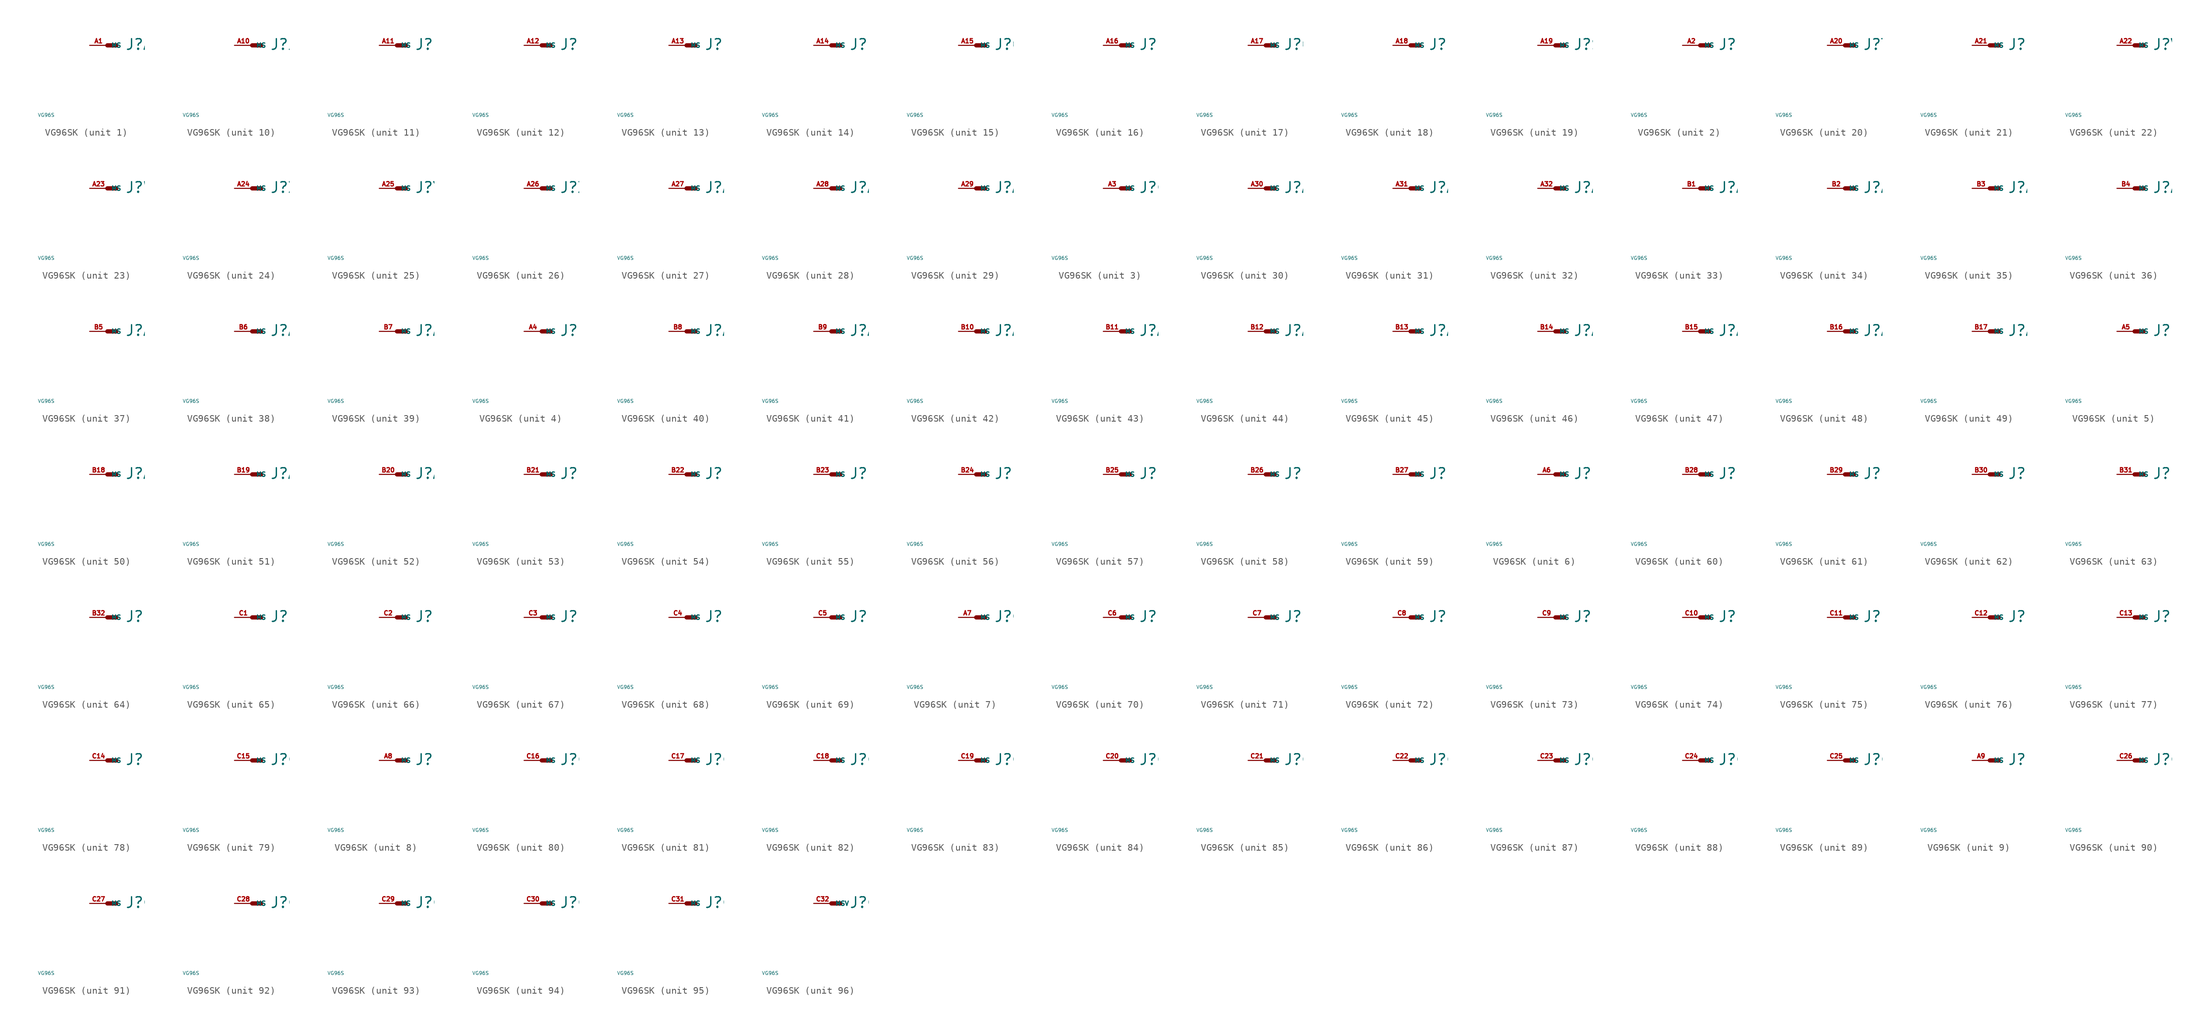
<source format=kicad_sym>
(kicad_symbol_lib
  (version 20220914)
  (generator Eagle2Kicad)
  (symbol "VG96SK"
    (property "Reference" "J"
      (at 2.54 -0.762 0)
      (effects (font (size 1.524 1.524) (thickness 0.19)) (justify left bottom)))
    (property "Value" "VG96S"
      (at -10 -10 0)
      (effects (font (size 0.5 0.5) (thickness 0.06)) (justify left)))
    (symbol "VG96SK_1_0"
      (polyline (pts (xy 0 0) (xy 1.27 0)) (stroke (width 0.61) (type default)) (fill (type none)))
      (pin passive line (at -2.54 0 0) (length 2.54) (name "MS" (effects (font (size 0.635 0.635) (thickness 0.08)) (justify left bottom))) (number "A1" (effects (font (size 0.635 0.635) (thickness 0.08)) (justify left bottom)))))
    (symbol "VG96SK_2_0"
      (polyline (pts (xy 0 0) (xy 1.27 0)) (stroke (width 0.61) (type default)) (fill (type none)))
      (pin passive line (at -2.54 0 0) (length 2.54) (name "MS" (effects (font (size 0.635 0.635) (thickness 0.08)) (justify left bottom))) (number "A2" (effects (font (size 0.635 0.635) (thickness 0.08)) (justify left bottom)))))
    (symbol "VG96SK_3_0"
      (polyline (pts (xy 0 0) (xy 1.27 0)) (stroke (width 0.61) (type default)) (fill (type none)))
      (pin passive line (at -2.54 0 0) (length 2.54) (name "MS" (effects (font (size 0.635 0.635) (thickness 0.08)) (justify left bottom))) (number "A3" (effects (font (size 0.635 0.635) (thickness 0.08)) (justify left bottom)))))
    (symbol "VG96SK_4_0"
      (polyline (pts (xy 0 0) (xy 1.27 0)) (stroke (width 0.61) (type default)) (fill (type none)))
      (pin passive line (at -2.54 0 0) (length 2.54) (name "MS" (effects (font (size 0.635 0.635) (thickness 0.08)) (justify left bottom))) (number "A4" (effects (font (size 0.635 0.635) (thickness 0.08)) (justify left bottom)))))
    (symbol "VG96SK_5_0"
      (polyline (pts (xy 0 0) (xy 1.27 0)) (stroke (width 0.61) (type default)) (fill (type none)))
      (pin passive line (at -2.54 0 0) (length 2.54) (name "MS" (effects (font (size 0.635 0.635) (thickness 0.08)) (justify left bottom))) (number "A5" (effects (font (size 0.635 0.635) (thickness 0.08)) (justify left bottom)))))
    (symbol "VG96SK_6_0"
      (polyline (pts (xy 0 0) (xy 1.27 0)) (stroke (width 0.61) (type default)) (fill (type none)))
      (pin passive line (at -2.54 0 0) (length 2.54) (name "MS" (effects (font (size 0.635 0.635) (thickness 0.08)) (justify left bottom))) (number "A6" (effects (font (size 0.635 0.635) (thickness 0.08)) (justify left bottom)))))
    (symbol "VG96SK_7_0"
      (polyline (pts (xy 0 0) (xy 1.27 0)) (stroke (width 0.61) (type default)) (fill (type none)))
      (pin passive line (at -2.54 0 0) (length 2.54) (name "MS" (effects (font (size 0.635 0.635) (thickness 0.08)) (justify left bottom))) (number "A7" (effects (font (size 0.635 0.635) (thickness 0.08)) (justify left bottom)))))
    (symbol "VG96SK_8_0"
      (polyline (pts (xy 0 0) (xy 1.27 0)) (stroke (width 0.61) (type default)) (fill (type none)))
      (pin passive line (at -2.54 0 0) (length 2.54) (name "MS" (effects (font (size 0.635 0.635) (thickness 0.08)) (justify left bottom))) (number "A8" (effects (font (size 0.635 0.635) (thickness 0.08)) (justify left bottom)))))
    (symbol "VG96SK_9_0"
      (polyline (pts (xy 0 0) (xy 1.27 0)) (stroke (width 0.61) (type default)) (fill (type none)))
      (pin passive line (at -2.54 0 0) (length 2.54) (name "MS" (effects (font (size 0.635 0.635) (thickness 0.08)) (justify left bottom))) (number "A9" (effects (font (size 0.635 0.635) (thickness 0.08)) (justify left bottom)))))
    (symbol "VG96SK_10_0"
      (polyline (pts (xy 0 0) (xy 1.27 0)) (stroke (width 0.61) (type default)) (fill (type none)))
      (pin passive line (at -2.54 0 0) (length 2.54) (name "MS" (effects (font (size 0.635 0.635) (thickness 0.08)) (justify left bottom))) (number "A10" (effects (font (size 0.635 0.635) (thickness 0.08)) (justify left bottom)))))
    (symbol "VG96SK_11_0"
      (polyline (pts (xy 0 0) (xy 1.27 0)) (stroke (width 0.61) (type default)) (fill (type none)))
      (pin passive line (at -2.54 0 0) (length 2.54) (name "MS" (effects (font (size 0.635 0.635) (thickness 0.08)) (justify left bottom))) (number "A11" (effects (font (size 0.635 0.635) (thickness 0.08)) (justify left bottom)))))
    (symbol "VG96SK_12_0"
      (polyline (pts (xy 0 0) (xy 1.27 0)) (stroke (width 0.61) (type default)) (fill (type none)))
      (pin passive line (at -2.54 0 0) (length 2.54) (name "MS" (effects (font (size 0.635 0.635) (thickness 0.08)) (justify left bottom))) (number "A12" (effects (font (size 0.635 0.635) (thickness 0.08)) (justify left bottom)))))
    (symbol "VG96SK_13_0"
      (polyline (pts (xy 0 0) (xy 1.27 0)) (stroke (width 0.61) (type default)) (fill (type none)))
      (pin passive line (at -2.54 0 0) (length 2.54) (name "MS" (effects (font (size 0.635 0.635) (thickness 0.08)) (justify left bottom))) (number "A13" (effects (font (size 0.635 0.635) (thickness 0.08)) (justify left bottom)))))
    (symbol "VG96SK_14_0"
      (polyline (pts (xy 0 0) (xy 1.27 0)) (stroke (width 0.61) (type default)) (fill (type none)))
      (pin passive line (at -2.54 0 0) (length 2.54) (name "MS" (effects (font (size 0.635 0.635) (thickness 0.08)) (justify left bottom))) (number "A14" (effects (font (size 0.635 0.635) (thickness 0.08)) (justify left bottom)))))
    (symbol "VG96SK_15_0"
      (polyline (pts (xy 0 0) (xy 1.27 0)) (stroke (width 0.61) (type default)) (fill (type none)))
      (pin passive line (at -2.54 0 0) (length 2.54) (name "MS" (effects (font (size 0.635 0.635) (thickness 0.08)) (justify left bottom))) (number "A15" (effects (font (size 0.635 0.635) (thickness 0.08)) (justify left bottom)))))
    (symbol "VG96SK_16_0"
      (polyline (pts (xy 0 0) (xy 1.27 0)) (stroke (width 0.61) (type default)) (fill (type none)))
      (pin passive line (at -2.54 0 0) (length 2.54) (name "MS" (effects (font (size 0.635 0.635) (thickness 0.08)) (justify left bottom))) (number "A16" (effects (font (size 0.635 0.635) (thickness 0.08)) (justify left bottom)))))
    (symbol "VG96SK_17_0"
      (polyline (pts (xy 0 0) (xy 1.27 0)) (stroke (width 0.61) (type default)) (fill (type none)))
      (pin passive line (at -2.54 0 0) (length 2.54) (name "MS" (effects (font (size 0.635 0.635) (thickness 0.08)) (justify left bottom))) (number "A17" (effects (font (size 0.635 0.635) (thickness 0.08)) (justify left bottom)))))
    (symbol "VG96SK_18_0"
      (polyline (pts (xy 0 0) (xy 1.27 0)) (stroke (width 0.61) (type default)) (fill (type none)))
      (pin passive line (at -2.54 0 0) (length 2.54) (name "MS" (effects (font (size 0.635 0.635) (thickness 0.08)) (justify left bottom))) (number "A18" (effects (font (size 0.635 0.635) (thickness 0.08)) (justify left bottom)))))
    (symbol "VG96SK_19_0"
      (polyline (pts (xy 0 0) (xy 1.27 0)) (stroke (width 0.61) (type default)) (fill (type none)))
      (pin passive line (at -2.54 0 0) (length 2.54) (name "MS" (effects (font (size 0.635 0.635) (thickness 0.08)) (justify left bottom))) (number "A19" (effects (font (size 0.635 0.635) (thickness 0.08)) (justify left bottom)))))
    (symbol "VG96SK_20_0"
      (polyline (pts (xy 0 0) (xy 1.27 0)) (stroke (width 0.61) (type default)) (fill (type none)))
      (pin passive line (at -2.54 0 0) (length 2.54) (name "MS" (effects (font (size 0.635 0.635) (thickness 0.08)) (justify left bottom))) (number "A20" (effects (font (size 0.635 0.635) (thickness 0.08)) (justify left bottom)))))
    (symbol "VG96SK_21_0"
      (polyline (pts (xy 0 0) (xy 1.27 0)) (stroke (width 0.61) (type default)) (fill (type none)))
      (pin passive line (at -2.54 0 0) (length 2.54) (name "MS" (effects (font (size 0.635 0.635) (thickness 0.08)) (justify left bottom))) (number "A21" (effects (font (size 0.635 0.635) (thickness 0.08)) (justify left bottom)))))
    (symbol "VG96SK_22_0"
      (polyline (pts (xy 0 0) (xy 1.27 0)) (stroke (width 0.61) (type default)) (fill (type none)))
      (pin passive line (at -2.54 0 0) (length 2.54) (name "MS" (effects (font (size 0.635 0.635) (thickness 0.08)) (justify left bottom))) (number "A22" (effects (font (size 0.635 0.635) (thickness 0.08)) (justify left bottom)))))
    (symbol "VG96SK_23_0"
      (polyline (pts (xy 0 0) (xy 1.27 0)) (stroke (width 0.61) (type default)) (fill (type none)))
      (pin passive line (at -2.54 0 0) (length 2.54) (name "MS" (effects (font (size 0.635 0.635) (thickness 0.08)) (justify left bottom))) (number "A23" (effects (font (size 0.635 0.635) (thickness 0.08)) (justify left bottom)))))
    (symbol "VG96SK_24_0"
      (polyline (pts (xy 0 0) (xy 1.27 0)) (stroke (width 0.61) (type default)) (fill (type none)))
      (pin passive line (at -2.54 0 0) (length 2.54) (name "MS" (effects (font (size 0.635 0.635) (thickness 0.08)) (justify left bottom))) (number "A24" (effects (font (size 0.635 0.635) (thickness 0.08)) (justify left bottom)))))
    (symbol "VG96SK_25_0"
      (polyline (pts (xy 0 0) (xy 1.27 0)) (stroke (width 0.61) (type default)) (fill (type none)))
      (pin passive line (at -2.54 0 0) (length 2.54) (name "MS" (effects (font (size 0.635 0.635) (thickness 0.08)) (justify left bottom))) (number "A25" (effects (font (size 0.635 0.635) (thickness 0.08)) (justify left bottom)))))
    (symbol "VG96SK_26_0"
      (polyline (pts (xy 0 0) (xy 1.27 0)) (stroke (width 0.61) (type default)) (fill (type none)))
      (pin passive line (at -2.54 0 0) (length 2.54) (name "MS" (effects (font (size 0.635 0.635) (thickness 0.08)) (justify left bottom))) (number "A26" (effects (font (size 0.635 0.635) (thickness 0.08)) (justify left bottom)))))
    (symbol "VG96SK_27_0"
      (polyline (pts (xy 0 0) (xy 1.27 0)) (stroke (width 0.61) (type default)) (fill (type none)))
      (pin passive line (at -2.54 0 0) (length 2.54) (name "MS" (effects (font (size 0.635 0.635) (thickness 0.08)) (justify left bottom))) (number "A27" (effects (font (size 0.635 0.635) (thickness 0.08)) (justify left bottom)))))
    (symbol "VG96SK_28_0"
      (polyline (pts (xy 0 0) (xy 1.27 0)) (stroke (width 0.61) (type default)) (fill (type none)))
      (pin passive line (at -2.54 0 0) (length 2.54) (name "MS" (effects (font (size 0.635 0.635) (thickness 0.08)) (justify left bottom))) (number "A28" (effects (font (size 0.635 0.635) (thickness 0.08)) (justify left bottom)))))
    (symbol "VG96SK_29_0"
      (polyline (pts (xy 0 0) (xy 1.27 0)) (stroke (width 0.61) (type default)) (fill (type none)))
      (pin passive line (at -2.54 0 0) (length 2.54) (name "MS" (effects (font (size 0.635 0.635) (thickness 0.08)) (justify left bottom))) (number "A29" (effects (font (size 0.635 0.635) (thickness 0.08)) (justify left bottom)))))
    (symbol "VG96SK_30_0"
      (polyline (pts (xy 0 0) (xy 1.27 0)) (stroke (width 0.61) (type default)) (fill (type none)))
      (pin passive line (at -2.54 0 0) (length 2.54) (name "MS" (effects (font (size 0.635 0.635) (thickness 0.08)) (justify left bottom))) (number "A30" (effects (font (size 0.635 0.635) (thickness 0.08)) (justify left bottom)))))
    (symbol "VG96SK_31_0"
      (polyline (pts (xy 0 0) (xy 1.27 0)) (stroke (width 0.61) (type default)) (fill (type none)))
      (pin passive line (at -2.54 0 0) (length 2.54) (name "MS" (effects (font (size 0.635 0.635) (thickness 0.08)) (justify left bottom))) (number "A31" (effects (font (size 0.635 0.635) (thickness 0.08)) (justify left bottom)))))
    (symbol "VG96SK_32_0"
      (polyline (pts (xy 0 0) (xy 1.27 0)) (stroke (width 0.61) (type default)) (fill (type none)))
      (pin passive line (at -2.54 0 0) (length 2.54) (name "MS" (effects (font (size 0.635 0.635) (thickness 0.08)) (justify left bottom))) (number "A32" (effects (font (size 0.635 0.635) (thickness 0.08)) (justify left bottom)))))
    (symbol "VG96SK_33_0"
      (polyline (pts (xy 0 0) (xy 1.27 0)) (stroke (width 0.61) (type default)) (fill (type none)))
      (pin passive line (at -2.54 0 0) (length 2.54) (name "MS" (effects (font (size 0.635 0.635) (thickness 0.08)) (justify left bottom))) (number "B1" (effects (font (size 0.635 0.635) (thickness 0.08)) (justify left bottom)))))
    (symbol "VG96SK_34_0"
      (polyline (pts (xy 0 0) (xy 1.27 0)) (stroke (width 0.61) (type default)) (fill (type none)))
      (pin passive line (at -2.54 0 0) (length 2.54) (name "MS" (effects (font (size 0.635 0.635) (thickness 0.08)) (justify left bottom))) (number "B2" (effects (font (size 0.635 0.635) (thickness 0.08)) (justify left bottom)))))
    (symbol "VG96SK_35_0"
      (polyline (pts (xy 0 0) (xy 1.27 0)) (stroke (width 0.61) (type default)) (fill (type none)))
      (pin passive line (at -2.54 0 0) (length 2.54) (name "MS" (effects (font (size 0.635 0.635) (thickness 0.08)) (justify left bottom))) (number "B3" (effects (font (size 0.635 0.635) (thickness 0.08)) (justify left bottom)))))
    (symbol "VG96SK_36_0"
      (polyline (pts (xy 0 0) (xy 1.27 0)) (stroke (width 0.61) (type default)) (fill (type none)))
      (pin passive line (at -2.54 0 0) (length 2.54) (name "MS" (effects (font (size 0.635 0.635) (thickness 0.08)) (justify left bottom))) (number "B4" (effects (font (size 0.635 0.635) (thickness 0.08)) (justify left bottom)))))
    (symbol "VG96SK_37_0"
      (polyline (pts (xy 0 0) (xy 1.27 0)) (stroke (width 0.61) (type default)) (fill (type none)))
      (pin passive line (at -2.54 0 0) (length 2.54) (name "MS" (effects (font (size 0.635 0.635) (thickness 0.08)) (justify left bottom))) (number "B5" (effects (font (size 0.635 0.635) (thickness 0.08)) (justify left bottom)))))
    (symbol "VG96SK_38_0"
      (polyline (pts (xy 0 0) (xy 1.27 0)) (stroke (width 0.61) (type default)) (fill (type none)))
      (pin passive line (at -2.54 0 0) (length 2.54) (name "MS" (effects (font (size 0.635 0.635) (thickness 0.08)) (justify left bottom))) (number "B6" (effects (font (size 0.635 0.635) (thickness 0.08)) (justify left bottom)))))
    (symbol "VG96SK_39_0"
      (polyline (pts (xy 0 0) (xy 1.27 0)) (stroke (width 0.61) (type default)) (fill (type none)))
      (pin passive line (at -2.54 0 0) (length 2.54) (name "MS" (effects (font (size 0.635 0.635) (thickness 0.08)) (justify left bottom))) (number "B7" (effects (font (size 0.635 0.635) (thickness 0.08)) (justify left bottom)))))
    (symbol "VG96SK_40_0"
      (polyline (pts (xy 0 0) (xy 1.27 0)) (stroke (width 0.61) (type default)) (fill (type none)))
      (pin passive line (at -2.54 0 0) (length 2.54) (name "MS" (effects (font (size 0.635 0.635) (thickness 0.08)) (justify left bottom))) (number "B8" (effects (font (size 0.635 0.635) (thickness 0.08)) (justify left bottom)))))
    (symbol "VG96SK_41_0"
      (polyline (pts (xy 0 0) (xy 1.27 0)) (stroke (width 0.61) (type default)) (fill (type none)))
      (pin passive line (at -2.54 0 0) (length 2.54) (name "MS" (effects (font (size 0.635 0.635) (thickness 0.08)) (justify left bottom))) (number "B9" (effects (font (size 0.635 0.635) (thickness 0.08)) (justify left bottom)))))
    (symbol "VG96SK_42_0"
      (polyline (pts (xy 0 0) (xy 1.27 0)) (stroke (width 0.61) (type default)) (fill (type none)))
      (pin passive line (at -2.54 0 0) (length 2.54) (name "MS" (effects (font (size 0.635 0.635) (thickness 0.08)) (justify left bottom))) (number "B10" (effects (font (size 0.635 0.635) (thickness 0.08)) (justify left bottom)))))
    (symbol "VG96SK_43_0"
      (polyline (pts (xy 0 0) (xy 1.27 0)) (stroke (width 0.61) (type default)) (fill (type none)))
      (pin passive line (at -2.54 0 0) (length 2.54) (name "MS" (effects (font (size 0.635 0.635) (thickness 0.08)) (justify left bottom))) (number "B11" (effects (font (size 0.635 0.635) (thickness 0.08)) (justify left bottom)))))
    (symbol "VG96SK_44_0"
      (polyline (pts (xy 0 0) (xy 1.27 0)) (stroke (width 0.61) (type default)) (fill (type none)))
      (pin passive line (at -2.54 0 0) (length 2.54) (name "MS" (effects (font (size 0.635 0.635) (thickness 0.08)) (justify left bottom))) (number "B12" (effects (font (size 0.635 0.635) (thickness 0.08)) (justify left bottom)))))
    (symbol "VG96SK_45_0"
      (polyline (pts (xy 0 0) (xy 1.27 0)) (stroke (width 0.61) (type default)) (fill (type none)))
      (pin passive line (at -2.54 0 0) (length 2.54) (name "MS" (effects (font (size 0.635 0.635) (thickness 0.08)) (justify left bottom))) (number "B13" (effects (font (size 0.635 0.635) (thickness 0.08)) (justify left bottom)))))
    (symbol "VG96SK_46_0"
      (polyline (pts (xy 0 0) (xy 1.27 0)) (stroke (width 0.61) (type default)) (fill (type none)))
      (pin passive line (at -2.54 0 0) (length 2.54) (name "MS" (effects (font (size 0.635 0.635) (thickness 0.08)) (justify left bottom))) (number "B14" (effects (font (size 0.635 0.635) (thickness 0.08)) (justify left bottom)))))
    (symbol "VG96SK_47_0"
      (polyline (pts (xy 0 0) (xy 1.27 0)) (stroke (width 0.61) (type default)) (fill (type none)))
      (pin passive line (at -2.54 0 0) (length 2.54) (name "MS" (effects (font (size 0.635 0.635) (thickness 0.08)) (justify left bottom))) (number "B15" (effects (font (size 0.635 0.635) (thickness 0.08)) (justify left bottom)))))
    (symbol "VG96SK_48_0"
      (polyline (pts (xy 0 0) (xy 1.27 0)) (stroke (width 0.61) (type default)) (fill (type none)))
      (pin passive line (at -2.54 0 0) (length 2.54) (name "MS" (effects (font (size 0.635 0.635) (thickness 0.08)) (justify left bottom))) (number "B16" (effects (font (size 0.635 0.635) (thickness 0.08)) (justify left bottom)))))
    (symbol "VG96SK_49_0"
      (polyline (pts (xy 0 0) (xy 1.27 0)) (stroke (width 0.61) (type default)) (fill (type none)))
      (pin passive line (at -2.54 0 0) (length 2.54) (name "MS" (effects (font (size 0.635 0.635) (thickness 0.08)) (justify left bottom))) (number "B17" (effects (font (size 0.635 0.635) (thickness 0.08)) (justify left bottom)))))
    (symbol "VG96SK_50_0"
      (polyline (pts (xy 0 0) (xy 1.27 0)) (stroke (width 0.61) (type default)) (fill (type none)))
      (pin passive line (at -2.54 0 0) (length 2.54) (name "MS" (effects (font (size 0.635 0.635) (thickness 0.08)) (justify left bottom))) (number "B18" (effects (font (size 0.635 0.635) (thickness 0.08)) (justify left bottom)))))
    (symbol "VG96SK_51_0"
      (polyline (pts (xy 0 0) (xy 1.27 0)) (stroke (width 0.61) (type default)) (fill (type none)))
      (pin passive line (at -2.54 0 0) (length 2.54) (name "MS" (effects (font (size 0.635 0.635) (thickness 0.08)) (justify left bottom))) (number "B19" (effects (font (size 0.635 0.635) (thickness 0.08)) (justify left bottom)))))
    (symbol "VG96SK_52_0"
      (polyline (pts (xy 0 0) (xy 1.27 0)) (stroke (width 0.61) (type default)) (fill (type none)))
      (pin passive line (at -2.54 0 0) (length 2.54) (name "MS" (effects (font (size 0.635 0.635) (thickness 0.08)) (justify left bottom))) (number "B20" (effects (font (size 0.635 0.635) (thickness 0.08)) (justify left bottom)))))
    (symbol "VG96SK_53_0"
      (polyline (pts (xy 0 0) (xy 1.27 0)) (stroke (width 0.61) (type default)) (fill (type none)))
      (pin passive line (at -2.54 0 0) (length 2.54) (name "MS" (effects (font (size 0.635 0.635) (thickness 0.08)) (justify left bottom))) (number "B21" (effects (font (size 0.635 0.635) (thickness 0.08)) (justify left bottom)))))
    (symbol "VG96SK_54_0"
      (polyline (pts (xy 0 0) (xy 1.27 0)) (stroke (width 0.61) (type default)) (fill (type none)))
      (pin passive line (at -2.54 0 0) (length 2.54) (name "MS" (effects (font (size 0.635 0.635) (thickness 0.08)) (justify left bottom))) (number "B22" (effects (font (size 0.635 0.635) (thickness 0.08)) (justify left bottom)))))
    (symbol "VG96SK_55_0"
      (polyline (pts (xy 0 0) (xy 1.27 0)) (stroke (width 0.61) (type default)) (fill (type none)))
      (pin passive line (at -2.54 0 0) (length 2.54) (name "MS" (effects (font (size 0.635 0.635) (thickness 0.08)) (justify left bottom))) (number "B23" (effects (font (size 0.635 0.635) (thickness 0.08)) (justify left bottom)))))
    (symbol "VG96SK_56_0"
      (polyline (pts (xy 0 0) (xy 1.27 0)) (stroke (width 0.61) (type default)) (fill (type none)))
      (pin passive line (at -2.54 0 0) (length 2.54) (name "MS" (effects (font (size 0.635 0.635) (thickness 0.08)) (justify left bottom))) (number "B24" (effects (font (size 0.635 0.635) (thickness 0.08)) (justify left bottom)))))
    (symbol "VG96SK_57_0"
      (polyline (pts (xy 0 0) (xy 1.27 0)) (stroke (width 0.61) (type default)) (fill (type none)))
      (pin passive line (at -2.54 0 0) (length 2.54) (name "MS" (effects (font (size 0.635 0.635) (thickness 0.08)) (justify left bottom))) (number "B25" (effects (font (size 0.635 0.635) (thickness 0.08)) (justify left bottom)))))
    (symbol "VG96SK_58_0"
      (polyline (pts (xy 0 0) (xy 1.27 0)) (stroke (width 0.61) (type default)) (fill (type none)))
      (pin passive line (at -2.54 0 0) (length 2.54) (name "MS" (effects (font (size 0.635 0.635) (thickness 0.08)) (justify left bottom))) (number "B26" (effects (font (size 0.635 0.635) (thickness 0.08)) (justify left bottom)))))
    (symbol "VG96SK_59_0"
      (polyline (pts (xy 0 0) (xy 1.27 0)) (stroke (width 0.61) (type default)) (fill (type none)))
      (pin passive line (at -2.54 0 0) (length 2.54) (name "MS" (effects (font (size 0.635 0.635) (thickness 0.08)) (justify left bottom))) (number "B27" (effects (font (size 0.635 0.635) (thickness 0.08)) (justify left bottom)))))
    (symbol "VG96SK_60_0"
      (polyline (pts (xy 0 0) (xy 1.27 0)) (stroke (width 0.61) (type default)) (fill (type none)))
      (pin passive line (at -2.54 0 0) (length 2.54) (name "MS" (effects (font (size 0.635 0.635) (thickness 0.08)) (justify left bottom))) (number "B28" (effects (font (size 0.635 0.635) (thickness 0.08)) (justify left bottom)))))
    (symbol "VG96SK_61_0"
      (polyline (pts (xy 0 0) (xy 1.27 0)) (stroke (width 0.61) (type default)) (fill (type none)))
      (pin passive line (at -2.54 0 0) (length 2.54) (name "MS" (effects (font (size 0.635 0.635) (thickness 0.08)) (justify left bottom))) (number "B29" (effects (font (size 0.635 0.635) (thickness 0.08)) (justify left bottom)))))
    (symbol "VG96SK_62_0"
      (polyline (pts (xy 0 0) (xy 1.27 0)) (stroke (width 0.61) (type default)) (fill (type none)))
      (pin passive line (at -2.54 0 0) (length 2.54) (name "MS" (effects (font (size 0.635 0.635) (thickness 0.08)) (justify left bottom))) (number "B30" (effects (font (size 0.635 0.635) (thickness 0.08)) (justify left bottom)))))
    (symbol "VG96SK_63_0"
      (polyline (pts (xy 0 0) (xy 1.27 0)) (stroke (width 0.61) (type default)) (fill (type none)))
      (pin passive line (at -2.54 0 0) (length 2.54) (name "MS" (effects (font (size 0.635 0.635) (thickness 0.08)) (justify left bottom))) (number "B31" (effects (font (size 0.635 0.635) (thickness 0.08)) (justify left bottom)))))
    (symbol "VG96SK_64_0"
      (polyline (pts (xy 0 0) (xy 1.27 0)) (stroke (width 0.61) (type default)) (fill (type none)))
      (pin passive line (at -2.54 0 0) (length 2.54) (name "MS" (effects (font (size 0.635 0.635) (thickness 0.08)) (justify left bottom))) (number "B32" (effects (font (size 0.635 0.635) (thickness 0.08)) (justify left bottom)))))
    (symbol "VG96SK_65_0"
      (polyline (pts (xy 0 0) (xy 1.27 0)) (stroke (width 0.61) (type default)) (fill (type none)))
      (pin passive line (at -2.54 0 0) (length 2.54) (name "MS" (effects (font (size 0.635 0.635) (thickness 0.08)) (justify left bottom))) (number "C1" (effects (font (size 0.635 0.635) (thickness 0.08)) (justify left bottom)))))
    (symbol "VG96SK_66_0"
      (polyline (pts (xy 0 0) (xy 1.27 0)) (stroke (width 0.61) (type default)) (fill (type none)))
      (pin passive line (at -2.54 0 0) (length 2.54) (name "MS" (effects (font (size 0.635 0.635) (thickness 0.08)) (justify left bottom))) (number "C2" (effects (font (size 0.635 0.635) (thickness 0.08)) (justify left bottom)))))
    (symbol "VG96SK_67_0"
      (polyline (pts (xy 0 0) (xy 1.27 0)) (stroke (width 0.61) (type default)) (fill (type none)))
      (pin passive line (at -2.54 0 0) (length 2.54) (name "MS" (effects (font (size 0.635 0.635) (thickness 0.08)) (justify left bottom))) (number "C3" (effects (font (size 0.635 0.635) (thickness 0.08)) (justify left bottom)))))
    (symbol "VG96SK_68_0"
      (polyline (pts (xy 0 0) (xy 1.27 0)) (stroke (width 0.61) (type default)) (fill (type none)))
      (pin passive line (at -2.54 0 0) (length 2.54) (name "MS" (effects (font (size 0.635 0.635) (thickness 0.08)) (justify left bottom))) (number "C4" (effects (font (size 0.635 0.635) (thickness 0.08)) (justify left bottom)))))
    (symbol "VG96SK_69_0"
      (polyline (pts (xy 0 0) (xy 1.27 0)) (stroke (width 0.61) (type default)) (fill (type none)))
      (pin passive line (at -2.54 0 0) (length 2.54) (name "MS" (effects (font (size 0.635 0.635) (thickness 0.08)) (justify left bottom))) (number "C5" (effects (font (size 0.635 0.635) (thickness 0.08)) (justify left bottom)))))
    (symbol "VG96SK_70_0"
      (polyline (pts (xy 0 0) (xy 1.27 0)) (stroke (width 0.61) (type default)) (fill (type none)))
      (pin passive line (at -2.54 0 0) (length 2.54) (name "MS" (effects (font (size 0.635 0.635) (thickness 0.08)) (justify left bottom))) (number "C6" (effects (font (size 0.635 0.635) (thickness 0.08)) (justify left bottom)))))
    (symbol "VG96SK_71_0"
      (polyline (pts (xy 0 0) (xy 1.27 0)) (stroke (width 0.61) (type default)) (fill (type none)))
      (pin passive line (at -2.54 0 0) (length 2.54) (name "MS" (effects (font (size 0.635 0.635) (thickness 0.08)) (justify left bottom))) (number "C7" (effects (font (size 0.635 0.635) (thickness 0.08)) (justify left bottom)))))
    (symbol "VG96SK_72_0"
      (polyline (pts (xy 0 0) (xy 1.27 0)) (stroke (width 0.61) (type default)) (fill (type none)))
      (pin passive line (at -2.54 0 0) (length 2.54) (name "MS" (effects (font (size 0.635 0.635) (thickness 0.08)) (justify left bottom))) (number "C8" (effects (font (size 0.635 0.635) (thickness 0.08)) (justify left bottom)))))
    (symbol "VG96SK_73_0"
      (polyline (pts (xy 0 0) (xy 1.27 0)) (stroke (width 0.61) (type default)) (fill (type none)))
      (pin passive line (at -2.54 0 0) (length 2.54) (name "MS" (effects (font (size 0.635 0.635) (thickness 0.08)) (justify left bottom))) (number "C9" (effects (font (size 0.635 0.635) (thickness 0.08)) (justify left bottom)))))
    (symbol "VG96SK_74_0"
      (polyline (pts (xy 0 0) (xy 1.27 0)) (stroke (width 0.61) (type default)) (fill (type none)))
      (pin passive line (at -2.54 0 0) (length 2.54) (name "MS" (effects (font (size 0.635 0.635) (thickness 0.08)) (justify left bottom))) (number "C10" (effects (font (size 0.635 0.635) (thickness 0.08)) (justify left bottom)))))
    (symbol "VG96SK_75_0"
      (polyline (pts (xy 0 0) (xy 1.27 0)) (stroke (width 0.61) (type default)) (fill (type none)))
      (pin passive line (at -2.54 0 0) (length 2.54) (name "MS" (effects (font (size 0.635 0.635) (thickness 0.08)) (justify left bottom))) (number "C11" (effects (font (size 0.635 0.635) (thickness 0.08)) (justify left bottom)))))
    (symbol "VG96SK_76_0"
      (polyline (pts (xy 0 0) (xy 1.27 0)) (stroke (width 0.61) (type default)) (fill (type none)))
      (pin passive line (at -2.54 0 0) (length 2.54) (name "MS" (effects (font (size 0.635 0.635) (thickness 0.08)) (justify left bottom))) (number "C12" (effects (font (size 0.635 0.635) (thickness 0.08)) (justify left bottom)))))
    (symbol "VG96SK_77_0"
      (polyline (pts (xy 0 0) (xy 1.27 0)) (stroke (width 0.61) (type default)) (fill (type none)))
      (pin passive line (at -2.54 0 0) (length 2.54) (name "MS" (effects (font (size 0.635 0.635) (thickness 0.08)) (justify left bottom))) (number "C13" (effects (font (size 0.635 0.635) (thickness 0.08)) (justify left bottom)))))
    (symbol "VG96SK_78_0"
      (polyline (pts (xy 0 0) (xy 1.27 0)) (stroke (width 0.61) (type default)) (fill (type none)))
      (pin passive line (at -2.54 0 0) (length 2.54) (name "MS" (effects (font (size 0.635 0.635) (thickness 0.08)) (justify left bottom))) (number "C14" (effects (font (size 0.635 0.635) (thickness 0.08)) (justify left bottom)))))
    (symbol "VG96SK_79_0"
      (polyline (pts (xy 0 0) (xy 1.27 0)) (stroke (width 0.61) (type default)) (fill (type none)))
      (pin passive line (at -2.54 0 0) (length 2.54) (name "MS" (effects (font (size 0.635 0.635) (thickness 0.08)) (justify left bottom))) (number "C15" (effects (font (size 0.635 0.635) (thickness 0.08)) (justify left bottom)))))
    (symbol "VG96SK_80_0"
      (polyline (pts (xy 0 0) (xy 1.27 0)) (stroke (width 0.61) (type default)) (fill (type none)))
      (pin passive line (at -2.54 0 0) (length 2.54) (name "MS" (effects (font (size 0.635 0.635) (thickness 0.08)) (justify left bottom))) (number "C16" (effects (font (size 0.635 0.635) (thickness 0.08)) (justify left bottom)))))
    (symbol "VG96SK_81_0"
      (polyline (pts (xy 0 0) (xy 1.27 0)) (stroke (width 0.61) (type default)) (fill (type none)))
      (pin passive line (at -2.54 0 0) (length 2.54) (name "MS" (effects (font (size 0.635 0.635) (thickness 0.08)) (justify left bottom))) (number "C17" (effects (font (size 0.635 0.635) (thickness 0.08)) (justify left bottom)))))
    (symbol "VG96SK_82_0"
      (polyline (pts (xy 0 0) (xy 1.27 0)) (stroke (width 0.61) (type default)) (fill (type none)))
      (pin passive line (at -2.54 0 0) (length 2.54) (name "MS" (effects (font (size 0.635 0.635) (thickness 0.08)) (justify left bottom))) (number "C18" (effects (font (size 0.635 0.635) (thickness 0.08)) (justify left bottom)))))
    (symbol "VG96SK_83_0"
      (polyline (pts (xy 0 0) (xy 1.27 0)) (stroke (width 0.61) (type default)) (fill (type none)))
      (pin passive line (at -2.54 0 0) (length 2.54) (name "MS" (effects (font (size 0.635 0.635) (thickness 0.08)) (justify left bottom))) (number "C19" (effects (font (size 0.635 0.635) (thickness 0.08)) (justify left bottom)))))
    (symbol "VG96SK_84_0"
      (polyline (pts (xy 0 0) (xy 1.27 0)) (stroke (width 0.61) (type default)) (fill (type none)))
      (pin passive line (at -2.54 0 0) (length 2.54) (name "MS" (effects (font (size 0.635 0.635) (thickness 0.08)) (justify left bottom))) (number "C20" (effects (font (size 0.635 0.635) (thickness 0.08)) (justify left bottom)))))
    (symbol "VG96SK_85_0"
      (polyline (pts (xy 0 0) (xy 1.27 0)) (stroke (width 0.61) (type default)) (fill (type none)))
      (pin passive line (at -2.54 0 0) (length 2.54) (name "MS" (effects (font (size 0.635 0.635) (thickness 0.08)) (justify left bottom))) (number "C21" (effects (font (size 0.635 0.635) (thickness 0.08)) (justify left bottom)))))
    (symbol "VG96SK_86_0"
      (polyline (pts (xy 0 0) (xy 1.27 0)) (stroke (width 0.61) (type default)) (fill (type none)))
      (pin passive line (at -2.54 0 0) (length 2.54) (name "MS" (effects (font (size 0.635 0.635) (thickness 0.08)) (justify left bottom))) (number "C22" (effects (font (size 0.635 0.635) (thickness 0.08)) (justify left bottom)))))
    (symbol "VG96SK_87_0"
      (polyline (pts (xy 0 0) (xy 1.27 0)) (stroke (width 0.61) (type default)) (fill (type none)))
      (pin passive line (at -2.54 0 0) (length 2.54) (name "MS" (effects (font (size 0.635 0.635) (thickness 0.08)) (justify left bottom))) (number "C23" (effects (font (size 0.635 0.635) (thickness 0.08)) (justify left bottom)))))
    (symbol "VG96SK_88_0"
      (polyline (pts (xy 0 0) (xy 1.27 0)) (stroke (width 0.61) (type default)) (fill (type none)))
      (pin passive line (at -2.54 0 0) (length 2.54) (name "MS" (effects (font (size 0.635 0.635) (thickness 0.08)) (justify left bottom))) (number "C24" (effects (font (size 0.635 0.635) (thickness 0.08)) (justify left bottom)))))
    (symbol "VG96SK_89_0"
      (polyline (pts (xy 0 0) (xy 1.27 0)) (stroke (width 0.61) (type default)) (fill (type none)))
      (pin passive line (at -2.54 0 0) (length 2.54) (name "MS" (effects (font (size 0.635 0.635) (thickness 0.08)) (justify left bottom))) (number "C25" (effects (font (size 0.635 0.635) (thickness 0.08)) (justify left bottom)))))
    (symbol "VG96SK_90_0"
      (polyline (pts (xy 0 0) (xy 1.27 0)) (stroke (width 0.61) (type default)) (fill (type none)))
      (pin passive line (at -2.54 0 0) (length 2.54) (name "MS" (effects (font (size 0.635 0.635) (thickness 0.08)) (justify left bottom))) (number "C26" (effects (font (size 0.635 0.635) (thickness 0.08)) (justify left bottom)))))
    (symbol "VG96SK_91_0"
      (polyline (pts (xy 0 0) (xy 1.27 0)) (stroke (width 0.61) (type default)) (fill (type none)))
      (pin passive line (at -2.54 0 0) (length 2.54) (name "MS" (effects (font (size 0.635 0.635) (thickness 0.08)) (justify left bottom))) (number "C27" (effects (font (size 0.635 0.635) (thickness 0.08)) (justify left bottom)))))
    (symbol "VG96SK_92_0"
      (polyline (pts (xy 0 0) (xy 1.27 0)) (stroke (width 0.61) (type default)) (fill (type none)))
      (pin passive line (at -2.54 0 0) (length 2.54) (name "MS" (effects (font (size 0.635 0.635) (thickness 0.08)) (justify left bottom))) (number "C28" (effects (font (size 0.635 0.635) (thickness 0.08)) (justify left bottom)))))
    (symbol "VG96SK_93_0"
      (polyline (pts (xy 0 0) (xy 1.27 0)) (stroke (width 0.61) (type default)) (fill (type none)))
      (pin passive line (at -2.54 0 0) (length 2.54) (name "MS" (effects (font (size 0.635 0.635) (thickness 0.08)) (justify left bottom))) (number "C29" (effects (font (size 0.635 0.635) (thickness 0.08)) (justify left bottom)))))
    (symbol "VG96SK_94_0"
      (polyline (pts (xy 0 0) (xy 1.27 0)) (stroke (width 0.61) (type default)) (fill (type none)))
      (pin passive line (at -2.54 0 0) (length 2.54) (name "MS" (effects (font (size 0.635 0.635) (thickness 0.08)) (justify left bottom))) (number "C30" (effects (font (size 0.635 0.635) (thickness 0.08)) (justify left bottom)))))
    (symbol "VG96SK_95_0"
      (polyline (pts (xy 0 0) (xy 1.27 0)) (stroke (width 0.61) (type default)) (fill (type none)))
      (pin passive line (at -2.54 0 0) (length 2.54) (name "MS" (effects (font (size 0.635 0.635) (thickness 0.08)) (justify left bottom))) (number "C31" (effects (font (size 0.635 0.635) (thickness 0.08)) (justify left bottom)))))
    (symbol "VG96SK_96_0"
      (polyline (pts (xy 0 0) (xy 1.27 0)) (stroke (width 0.61) (type default)) (fill (type none)))
      (pin passive line (at -2.54 0 0) (length 2.54) (name "MSV" (effects (font (size 0.635 0.635) (thickness 0.08)) (justify left bottom))) (number "C32" (effects (font (size 0.635 0.635) (thickness 0.08)) (justify left bottom)))))))
</source>
